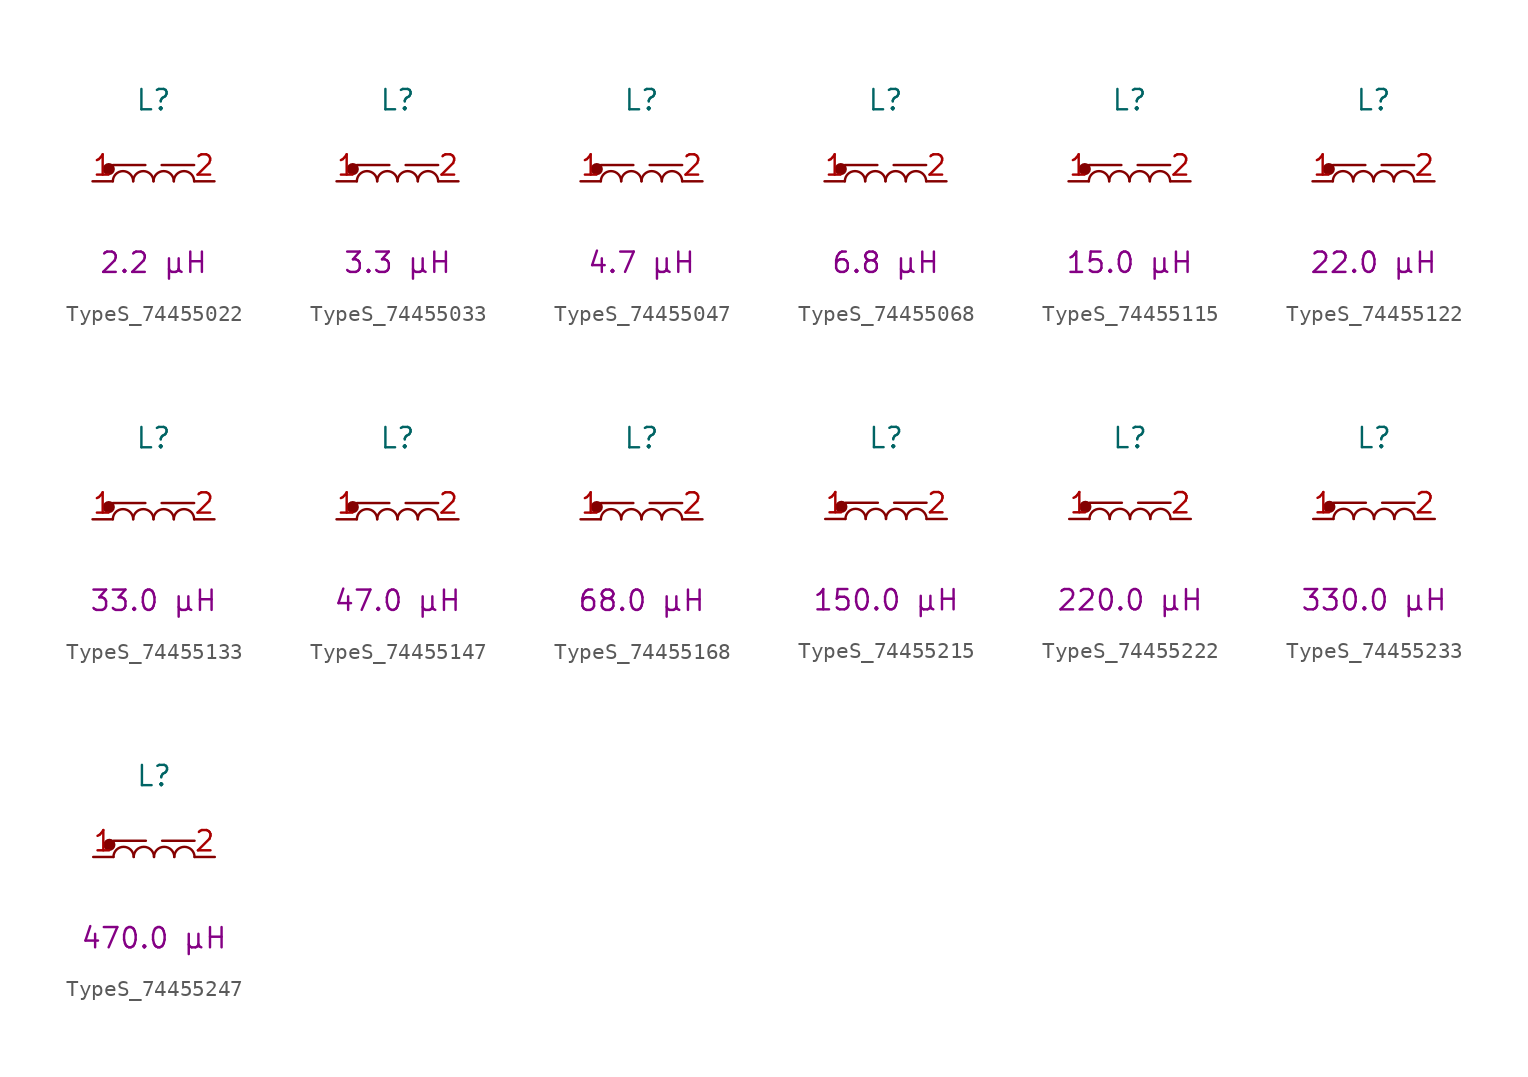
<source format=kicad_sym>
(kicad_symbol_lib
  (version 20220914)
  (generator kicad_symbol_editor)
  (symbol "TypeS_74455022"
    (pin_names hide)
    (property "Reference" "L"
      (at 0 5.08 0)
      (effects (font (size 1.27 1.27))))
    (property "Critical Parameter" "2.2 µH"
      (at 0 -5.08 0)
      (effects (font (size 1.27 1.27))))
    (symbol "TypeS_74455022_0_1"
      (arc (start -1.27 0) (mid -1.905 0.6323) (end -2.54 0) (stroke (width 0) (type default)) (fill (type none)))
      (arc (start 0 0) (mid -0.635 0.6323) (end -1.27 0) (stroke (width 0) (type default)) (fill (type none)))
      (polyline (pts (xy -2.54 1.016) (xy -0.508 1.016)) (stroke (width 0) (type default)) (fill (type none)))
      (arc (start 1.27 0) (mid 0.635 0.6323) (end 0 0) (stroke (width 0) (type default)) (fill (type none)))
      (arc (start 2.54 0) (mid 1.905 0.6323) (end 1.27 0) (stroke (width 0) (type default)) (fill (type none))))
    (symbol "TypeS_74455022_1_1"
      (circle (center -2.794 0.762) (radius 0.0001) (stroke (width 0.381) (type default)) (fill (type none)))
      (polyline (pts (xy 2.54 1.016) (xy 0.508 1.016)) (stroke (width 0) (type default)) (fill (type none)))
      (pin passive line (at -3.81 0 0) (length 1.27) (name "1" (effects (font (size 1.27 1.27)))) (number "1" (effects (font (size 1.27 1.27)))))
      (pin passive line (at 3.81 0 180) (length 1.27) (name "2" (effects (font (size 1.27 1.27)))) (number "2" (effects (font (size 1.27 1.27)))))))
  (symbol "TypeS_74455033"
    (pin_names hide)
    (property "Reference" "L"
      (at 0 5.08 0)
      (effects (font (size 1.27 1.27))))
    (property "Critical Parameter" "3.3 µH"
      (at 0 -5.08 0)
      (effects (font (size 1.27 1.27))))
    (symbol "TypeS_74455033_0_1"
      (arc (start -1.27 0) (mid -1.905 0.6323) (end -2.54 0) (stroke (width 0) (type default)) (fill (type none)))
      (arc (start 0 0) (mid -0.635 0.6323) (end -1.27 0) (stroke (width 0) (type default)) (fill (type none)))
      (polyline (pts (xy -2.54 1.016) (xy -0.508 1.016)) (stroke (width 0) (type default)) (fill (type none)))
      (arc (start 1.27 0) (mid 0.635 0.6323) (end 0 0) (stroke (width 0) (type default)) (fill (type none)))
      (arc (start 2.54 0) (mid 1.905 0.6323) (end 1.27 0) (stroke (width 0) (type default)) (fill (type none))))
    (symbol "TypeS_74455033_1_1"
      (circle (center -2.794 0.762) (radius 0.0001) (stroke (width 0.381) (type default)) (fill (type none)))
      (polyline (pts (xy 2.54 1.016) (xy 0.508 1.016)) (stroke (width 0) (type default)) (fill (type none)))
      (pin passive line (at -3.81 0 0) (length 1.27) (name "1" (effects (font (size 1.27 1.27)))) (number "1" (effects (font (size 1.27 1.27)))))
      (pin passive line (at 3.81 0 180) (length 1.27) (name "2" (effects (font (size 1.27 1.27)))) (number "2" (effects (font (size 1.27 1.27)))))))
  (symbol "TypeS_74455047"
    (pin_names hide)
    (property "Reference" "L"
      (at 0 5.08 0)
      (effects (font (size 1.27 1.27))))
    (property "Critical Parameter" "4.7 µH"
      (at 0 -5.08 0)
      (effects (font (size 1.27 1.27))))
    (symbol "TypeS_74455047_0_1"
      (arc (start -1.27 0) (mid -1.905 0.6323) (end -2.54 0) (stroke (width 0) (type default)) (fill (type none)))
      (arc (start 0 0) (mid -0.635 0.6323) (end -1.27 0) (stroke (width 0) (type default)) (fill (type none)))
      (polyline (pts (xy -2.54 1.016) (xy -0.508 1.016)) (stroke (width 0) (type default)) (fill (type none)))
      (arc (start 1.27 0) (mid 0.635 0.6323) (end 0 0) (stroke (width 0) (type default)) (fill (type none)))
      (arc (start 2.54 0) (mid 1.905 0.6323) (end 1.27 0) (stroke (width 0) (type default)) (fill (type none))))
    (symbol "TypeS_74455047_1_1"
      (circle (center -2.794 0.762) (radius 0.0001) (stroke (width 0.381) (type default)) (fill (type none)))
      (polyline (pts (xy 2.54 1.016) (xy 0.508 1.016)) (stroke (width 0) (type default)) (fill (type none)))
      (pin passive line (at -3.81 0 0) (length 1.27) (name "1" (effects (font (size 1.27 1.27)))) (number "1" (effects (font (size 1.27 1.27)))))
      (pin passive line (at 3.81 0 180) (length 1.27) (name "2" (effects (font (size 1.27 1.27)))) (number "2" (effects (font (size 1.27 1.27)))))))
  (symbol "TypeS_74455068"
    (pin_names hide)
    (property "Reference" "L"
      (at 0 5.08 0)
      (effects (font (size 1.27 1.27))))
    (property "Critical Parameter" "6.8 µH"
      (at 0 -5.08 0)
      (effects (font (size 1.27 1.27))))
    (symbol "TypeS_74455068_0_1"
      (arc (start -1.27 0) (mid -1.905 0.6323) (end -2.54 0) (stroke (width 0) (type default)) (fill (type none)))
      (arc (start 0 0) (mid -0.635 0.6323) (end -1.27 0) (stroke (width 0) (type default)) (fill (type none)))
      (polyline (pts (xy -2.54 1.016) (xy -0.508 1.016)) (stroke (width 0) (type default)) (fill (type none)))
      (arc (start 1.27 0) (mid 0.635 0.6323) (end 0 0) (stroke (width 0) (type default)) (fill (type none)))
      (arc (start 2.54 0) (mid 1.905 0.6323) (end 1.27 0) (stroke (width 0) (type default)) (fill (type none))))
    (symbol "TypeS_74455068_1_1"
      (circle (center -2.794 0.762) (radius 0.0001) (stroke (width 0.381) (type default)) (fill (type none)))
      (polyline (pts (xy 2.54 1.016) (xy 0.508 1.016)) (stroke (width 0) (type default)) (fill (type none)))
      (pin passive line (at -3.81 0 0) (length 1.27) (name "1" (effects (font (size 1.27 1.27)))) (number "1" (effects (font (size 1.27 1.27)))))
      (pin passive line (at 3.81 0 180) (length 1.27) (name "2" (effects (font (size 1.27 1.27)))) (number "2" (effects (font (size 1.27 1.27)))))))
  (symbol "TypeS_74455115"
    (pin_names hide)
    (property "Reference" "L"
      (at 0 5.08 0)
      (effects (font (size 1.27 1.27))))
    (property "Critical Parameter" "15.0 µH"
      (at 0 -5.08 0)
      (effects (font (size 1.27 1.27))))
    (symbol "TypeS_74455115_0_1"
      (arc (start -1.27 0) (mid -1.905 0.6323) (end -2.54 0) (stroke (width 0) (type default)) (fill (type none)))
      (arc (start 0 0) (mid -0.635 0.6323) (end -1.27 0) (stroke (width 0) (type default)) (fill (type none)))
      (polyline (pts (xy -2.54 1.016) (xy -0.508 1.016)) (stroke (width 0) (type default)) (fill (type none)))
      (arc (start 1.27 0) (mid 0.635 0.6323) (end 0 0) (stroke (width 0) (type default)) (fill (type none)))
      (arc (start 2.54 0) (mid 1.905 0.6323) (end 1.27 0) (stroke (width 0) (type default)) (fill (type none))))
    (symbol "TypeS_74455115_1_1"
      (circle (center -2.794 0.762) (radius 0.0001) (stroke (width 0.381) (type default)) (fill (type none)))
      (polyline (pts (xy 2.54 1.016) (xy 0.508 1.016)) (stroke (width 0) (type default)) (fill (type none)))
      (pin passive line (at -3.81 0 0) (length 1.27) (name "1" (effects (font (size 1.27 1.27)))) (number "1" (effects (font (size 1.27 1.27)))))
      (pin passive line (at 3.81 0 180) (length 1.27) (name "2" (effects (font (size 1.27 1.27)))) (number "2" (effects (font (size 1.27 1.27)))))))
  (symbol "TypeS_74455122"
    (pin_names hide)
    (property "Reference" "L"
      (at 0 5.08 0)
      (effects (font (size 1.27 1.27))))
    (property "Critical Parameter" "22.0 µH"
      (at 0 -5.08 0)
      (effects (font (size 1.27 1.27))))
    (symbol "TypeS_74455122_0_1"
      (arc (start -1.27 0) (mid -1.905 0.6323) (end -2.54 0) (stroke (width 0) (type default)) (fill (type none)))
      (arc (start 0 0) (mid -0.635 0.6323) (end -1.27 0) (stroke (width 0) (type default)) (fill (type none)))
      (polyline (pts (xy -2.54 1.016) (xy -0.508 1.016)) (stroke (width 0) (type default)) (fill (type none)))
      (arc (start 1.27 0) (mid 0.635 0.6323) (end 0 0) (stroke (width 0) (type default)) (fill (type none)))
      (arc (start 2.54 0) (mid 1.905 0.6323) (end 1.27 0) (stroke (width 0) (type default)) (fill (type none))))
    (symbol "TypeS_74455122_1_1"
      (circle (center -2.794 0.762) (radius 0.0001) (stroke (width 0.381) (type default)) (fill (type none)))
      (polyline (pts (xy 2.54 1.016) (xy 0.508 1.016)) (stroke (width 0) (type default)) (fill (type none)))
      (pin passive line (at -3.81 0 0) (length 1.27) (name "1" (effects (font (size 1.27 1.27)))) (number "1" (effects (font (size 1.27 1.27)))))
      (pin passive line (at 3.81 0 180) (length 1.27) (name "2" (effects (font (size 1.27 1.27)))) (number "2" (effects (font (size 1.27 1.27)))))))
  (symbol "TypeS_74455133"
    (pin_names hide)
    (property "Reference" "L"
      (at 0 5.08 0)
      (effects (font (size 1.27 1.27))))
    (property "Critical Parameter" "33.0 µH"
      (at 0 -5.08 0)
      (effects (font (size 1.27 1.27))))
    (symbol "TypeS_74455133_0_1"
      (arc (start -1.27 0) (mid -1.905 0.6323) (end -2.54 0) (stroke (width 0) (type default)) (fill (type none)))
      (arc (start 0 0) (mid -0.635 0.6323) (end -1.27 0) (stroke (width 0) (type default)) (fill (type none)))
      (polyline (pts (xy -2.54 1.016) (xy -0.508 1.016)) (stroke (width 0) (type default)) (fill (type none)))
      (arc (start 1.27 0) (mid 0.635 0.6323) (end 0 0) (stroke (width 0) (type default)) (fill (type none)))
      (arc (start 2.54 0) (mid 1.905 0.6323) (end 1.27 0) (stroke (width 0) (type default)) (fill (type none))))
    (symbol "TypeS_74455133_1_1"
      (circle (center -2.794 0.762) (radius 0.0001) (stroke (width 0.381) (type default)) (fill (type none)))
      (polyline (pts (xy 2.54 1.016) (xy 0.508 1.016)) (stroke (width 0) (type default)) (fill (type none)))
      (pin passive line (at -3.81 0 0) (length 1.27) (name "1" (effects (font (size 1.27 1.27)))) (number "1" (effects (font (size 1.27 1.27)))))
      (pin passive line (at 3.81 0 180) (length 1.27) (name "2" (effects (font (size 1.27 1.27)))) (number "2" (effects (font (size 1.27 1.27)))))))
  (symbol "TypeS_74455147"
    (pin_names hide)
    (property "Reference" "L"
      (at 0 5.08 0)
      (effects (font (size 1.27 1.27))))
    (property "Critical Parameter" "47.0 µH"
      (at 0 -5.08 0)
      (effects (font (size 1.27 1.27))))
    (symbol "TypeS_74455147_0_1"
      (arc (start -1.27 0) (mid -1.905 0.6323) (end -2.54 0) (stroke (width 0) (type default)) (fill (type none)))
      (arc (start 0 0) (mid -0.635 0.6323) (end -1.27 0) (stroke (width 0) (type default)) (fill (type none)))
      (polyline (pts (xy -2.54 1.016) (xy -0.508 1.016)) (stroke (width 0) (type default)) (fill (type none)))
      (arc (start 1.27 0) (mid 0.635 0.6323) (end 0 0) (stroke (width 0) (type default)) (fill (type none)))
      (arc (start 2.54 0) (mid 1.905 0.6323) (end 1.27 0) (stroke (width 0) (type default)) (fill (type none))))
    (symbol "TypeS_74455147_1_1"
      (circle (center -2.794 0.762) (radius 0.0001) (stroke (width 0.381) (type default)) (fill (type none)))
      (polyline (pts (xy 2.54 1.016) (xy 0.508 1.016)) (stroke (width 0) (type default)) (fill (type none)))
      (pin passive line (at -3.81 0 0) (length 1.27) (name "1" (effects (font (size 1.27 1.27)))) (number "1" (effects (font (size 1.27 1.27)))))
      (pin passive line (at 3.81 0 180) (length 1.27) (name "2" (effects (font (size 1.27 1.27)))) (number "2" (effects (font (size 1.27 1.27)))))))
  (symbol "TypeS_74455168"
    (pin_names hide)
    (property "Reference" "L"
      (at 0 5.08 0)
      (effects (font (size 1.27 1.27))))
    (property "Critical Parameter" "68.0 µH"
      (at 0 -5.08 0)
      (effects (font (size 1.27 1.27))))
    (symbol "TypeS_74455168_0_1"
      (arc (start -1.27 0) (mid -1.905 0.6323) (end -2.54 0) (stroke (width 0) (type default)) (fill (type none)))
      (arc (start 0 0) (mid -0.635 0.6323) (end -1.27 0) (stroke (width 0) (type default)) (fill (type none)))
      (polyline (pts (xy -2.54 1.016) (xy -0.508 1.016)) (stroke (width 0) (type default)) (fill (type none)))
      (arc (start 1.27 0) (mid 0.635 0.6323) (end 0 0) (stroke (width 0) (type default)) (fill (type none)))
      (arc (start 2.54 0) (mid 1.905 0.6323) (end 1.27 0) (stroke (width 0) (type default)) (fill (type none))))
    (symbol "TypeS_74455168_1_1"
      (circle (center -2.794 0.762) (radius 0.0001) (stroke (width 0.381) (type default)) (fill (type none)))
      (polyline (pts (xy 2.54 1.016) (xy 0.508 1.016)) (stroke (width 0) (type default)) (fill (type none)))
      (pin passive line (at -3.81 0 0) (length 1.27) (name "1" (effects (font (size 1.27 1.27)))) (number "1" (effects (font (size 1.27 1.27)))))
      (pin passive line (at 3.81 0 180) (length 1.27) (name "2" (effects (font (size 1.27 1.27)))) (number "2" (effects (font (size 1.27 1.27)))))))
  (symbol "TypeS_74455215"
    (pin_names hide)
    (property "Reference" "L"
      (at 0 5.08 0)
      (effects (font (size 1.27 1.27))))
    (property "Critical Parameter" "150.0 µH"
      (at 0 -5.08 0)
      (effects (font (size 1.27 1.27))))
    (symbol "TypeS_74455215_0_1"
      (arc (start -1.27 0) (mid -1.905 0.6323) (end -2.54 0) (stroke (width 0) (type default)) (fill (type none)))
      (arc (start 0 0) (mid -0.635 0.6323) (end -1.27 0) (stroke (width 0) (type default)) (fill (type none)))
      (polyline (pts (xy -2.54 1.016) (xy -0.508 1.016)) (stroke (width 0) (type default)) (fill (type none)))
      (arc (start 1.27 0) (mid 0.635 0.6323) (end 0 0) (stroke (width 0) (type default)) (fill (type none)))
      (arc (start 2.54 0) (mid 1.905 0.6323) (end 1.27 0) (stroke (width 0) (type default)) (fill (type none))))
    (symbol "TypeS_74455215_1_1"
      (circle (center -2.794 0.762) (radius 0.0001) (stroke (width 0.381) (type default)) (fill (type none)))
      (polyline (pts (xy 2.54 1.016) (xy 0.508 1.016)) (stroke (width 0) (type default)) (fill (type none)))
      (pin passive line (at -3.81 0 0) (length 1.27) (name "1" (effects (font (size 1.27 1.27)))) (number "1" (effects (font (size 1.27 1.27)))))
      (pin passive line (at 3.81 0 180) (length 1.27) (name "2" (effects (font (size 1.27 1.27)))) (number "2" (effects (font (size 1.27 1.27)))))))
  (symbol "TypeS_74455222"
    (pin_names hide)
    (property "Reference" "L"
      (at 0 5.08 0)
      (effects (font (size 1.27 1.27))))
    (property "Critical Parameter" "220.0 µH"
      (at 0 -5.08 0)
      (effects (font (size 1.27 1.27))))
    (symbol "TypeS_74455222_0_1"
      (arc (start -1.27 0) (mid -1.905 0.6323) (end -2.54 0) (stroke (width 0) (type default)) (fill (type none)))
      (arc (start 0 0) (mid -0.635 0.6323) (end -1.27 0) (stroke (width 0) (type default)) (fill (type none)))
      (polyline (pts (xy -2.54 1.016) (xy -0.508 1.016)) (stroke (width 0) (type default)) (fill (type none)))
      (arc (start 1.27 0) (mid 0.635 0.6323) (end 0 0) (stroke (width 0) (type default)) (fill (type none)))
      (arc (start 2.54 0) (mid 1.905 0.6323) (end 1.27 0) (stroke (width 0) (type default)) (fill (type none))))
    (symbol "TypeS_74455222_1_1"
      (circle (center -2.794 0.762) (radius 0.0001) (stroke (width 0.381) (type default)) (fill (type none)))
      (polyline (pts (xy 2.54 1.016) (xy 0.508 1.016)) (stroke (width 0) (type default)) (fill (type none)))
      (pin passive line (at -3.81 0 0) (length 1.27) (name "1" (effects (font (size 1.27 1.27)))) (number "1" (effects (font (size 1.27 1.27)))))
      (pin passive line (at 3.81 0 180) (length 1.27) (name "2" (effects (font (size 1.27 1.27)))) (number "2" (effects (font (size 1.27 1.27)))))))
  (symbol "TypeS_74455233"
    (pin_names hide)
    (property "Reference" "L"
      (at 0 5.08 0)
      (effects (font (size 1.27 1.27))))
    (property "Critical Parameter" "330.0 µH"
      (at 0 -5.08 0)
      (effects (font (size 1.27 1.27))))
    (symbol "TypeS_74455233_0_1"
      (arc (start -1.27 0) (mid -1.905 0.6323) (end -2.54 0) (stroke (width 0) (type default)) (fill (type none)))
      (arc (start 0 0) (mid -0.635 0.6323) (end -1.27 0) (stroke (width 0) (type default)) (fill (type none)))
      (polyline (pts (xy -2.54 1.016) (xy -0.508 1.016)) (stroke (width 0) (type default)) (fill (type none)))
      (arc (start 1.27 0) (mid 0.635 0.6323) (end 0 0) (stroke (width 0) (type default)) (fill (type none)))
      (arc (start 2.54 0) (mid 1.905 0.6323) (end 1.27 0) (stroke (width 0) (type default)) (fill (type none))))
    (symbol "TypeS_74455233_1_1"
      (circle (center -2.794 0.762) (radius 0.0001) (stroke (width 0.381) (type default)) (fill (type none)))
      (polyline (pts (xy 2.54 1.016) (xy 0.508 1.016)) (stroke (width 0) (type default)) (fill (type none)))
      (pin passive line (at -3.81 0 0) (length 1.27) (name "1" (effects (font (size 1.27 1.27)))) (number "1" (effects (font (size 1.27 1.27)))))
      (pin passive line (at 3.81 0 180) (length 1.27) (name "2" (effects (font (size 1.27 1.27)))) (number "2" (effects (font (size 1.27 1.27)))))))
  (symbol "TypeS_74455247"
    (pin_names hide)
    (property "Reference" "L"
      (at 0 5.08 0)
      (effects (font (size 1.27 1.27))))
    (property "Critical Parameter" "470.0 µH"
      (at 0 -5.08 0)
      (effects (font (size 1.27 1.27))))
    (symbol "TypeS_74455247_0_1"
      (arc (start -1.27 0) (mid -1.905 0.6323) (end -2.54 0) (stroke (width 0) (type default)) (fill (type none)))
      (arc (start 0 0) (mid -0.635 0.6323) (end -1.27 0) (stroke (width 0) (type default)) (fill (type none)))
      (polyline (pts (xy -2.54 1.016) (xy -0.508 1.016)) (stroke (width 0) (type default)) (fill (type none)))
      (arc (start 1.27 0) (mid 0.635 0.6323) (end 0 0) (stroke (width 0) (type default)) (fill (type none)))
      (arc (start 2.54 0) (mid 1.905 0.6323) (end 1.27 0) (stroke (width 0) (type default)) (fill (type none))))
    (symbol "TypeS_74455247_1_1"
      (circle (center -2.794 0.762) (radius 0.0001) (stroke (width 0.381) (type default)) (fill (type none)))
      (polyline (pts (xy 2.54 1.016) (xy 0.508 1.016)) (stroke (width 0) (type default)) (fill (type none)))
      (pin passive line (at -3.81 0 0) (length 1.27) (name "1" (effects (font (size 1.27 1.27)))) (number "1" (effects (font (size 1.27 1.27)))))
      (pin passive line (at 3.81 0 180) (length 1.27) (name "2" (effects (font (size 1.27 1.27)))) (number "2" (effects (font (size 1.27 1.27))))))))
</source>
